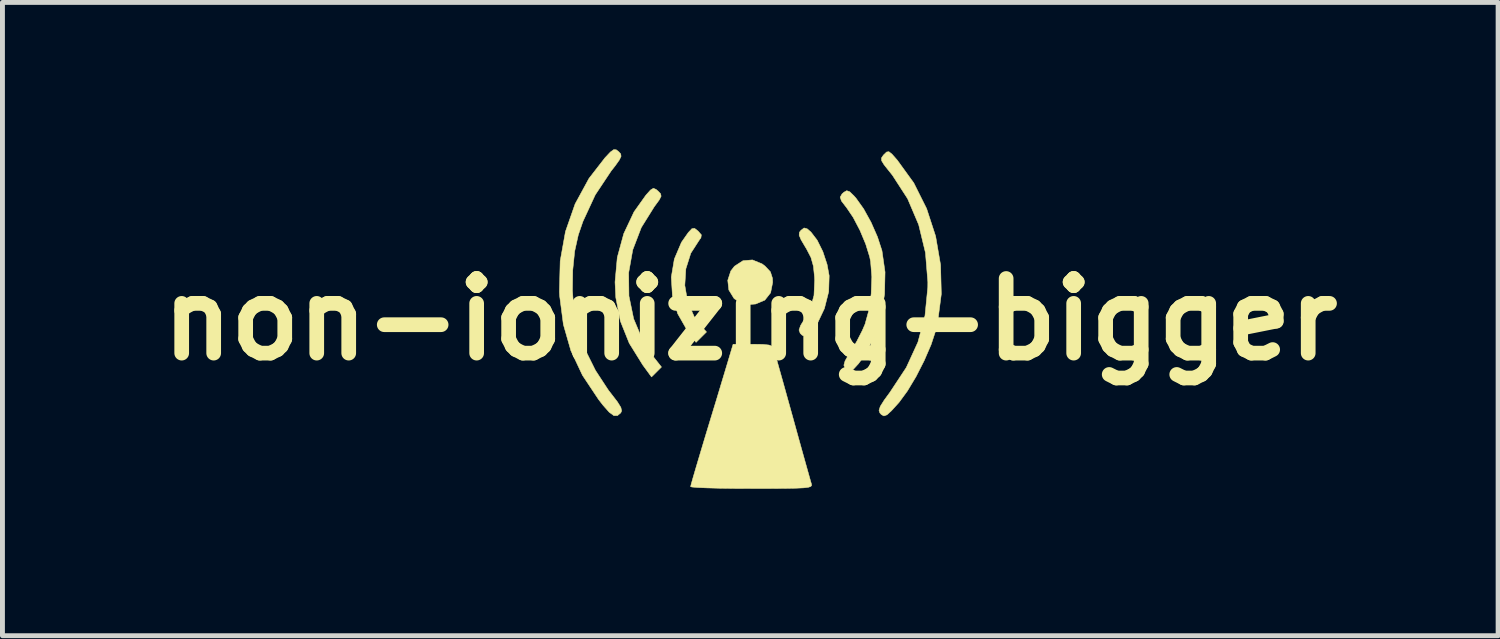
<source format=kicad_pcb>
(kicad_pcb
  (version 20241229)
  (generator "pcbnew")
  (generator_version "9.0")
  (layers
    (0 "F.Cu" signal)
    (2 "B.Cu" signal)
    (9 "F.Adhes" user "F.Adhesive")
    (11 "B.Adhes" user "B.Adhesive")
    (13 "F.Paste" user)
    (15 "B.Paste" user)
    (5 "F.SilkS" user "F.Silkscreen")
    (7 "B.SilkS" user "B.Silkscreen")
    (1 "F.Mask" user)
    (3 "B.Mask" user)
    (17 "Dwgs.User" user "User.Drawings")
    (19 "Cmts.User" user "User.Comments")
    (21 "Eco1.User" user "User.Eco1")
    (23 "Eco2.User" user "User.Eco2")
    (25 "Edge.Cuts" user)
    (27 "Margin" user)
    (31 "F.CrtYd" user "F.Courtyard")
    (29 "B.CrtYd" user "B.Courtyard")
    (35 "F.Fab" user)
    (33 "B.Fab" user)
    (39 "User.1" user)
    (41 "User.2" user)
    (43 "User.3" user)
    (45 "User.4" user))
  (footprint "non-ionizing-bigger"
    (layer "F.Cu")
    (at 12.272 3.472)
    (property "Reference" "non-ionizing-bigger" (at 0 0 0) (layer "F.SilkS") (effects (font (size 1.524 1.524) (thickness 0.3))))
    (attr through_hole)
    (fp_poly (pts (xy 0.24 -1.134) (xy 0.301 -1.088) (xy 0.411 -0.971) (xy 0.453 -0.84) (xy 0.457 -0.755) (xy 0.415 -0.543) (xy 0.297 -0.393) (xy 0.11 -0.314) (xy 0 -0.305) (xy -0.183 -0.331) (xy -0.323 -0.42) (xy -0.333 -0.429) (xy -0.438 -0.6) (xy -0.46 -0.797) (xy -0.398 -0.988) (xy -0.323 -1.085) (xy -0.149 -1.198) (xy 0.044 -1.214) (xy 0.24 -1.134)) (stroke (width 0.01) (type solid)) (fill yes) (layer "F.SilkS"))
    (fp_poly (pts (xy -1.065 -1.802) (xy -0.999 -1.726) (xy -1.009 -1.663) (xy -1.035 -1.63) (xy -1.215 -1.351) (xy -1.316 -1.032) (xy -1.337 -0.694) (xy -1.279 -0.359) (xy -1.143 -0.05) (xy -1 0.141) (xy -0.894 0.257) (xy -1.108 0.47) (xy -1.29 0.222) (xy -1.483 -0.117) (xy -1.59 -0.484) (xy -1.613 -0.863) (xy -1.551 -1.232) (xy -1.405 -1.575) (xy -1.267 -1.772) (xy -1.192 -1.852) (xy -1.138 -1.859) (xy -1.065 -1.802)) (stroke (width 0.01) (type solid)) (fill yes) (layer "F.SilkS"))
    (fp_poly (pts (xy -1.924 -2.654) (xy -1.885 -2.621) (xy -1.832 -2.566) (xy -1.821 -2.515) (xy -1.859 -2.44) (xy -1.951 -2.314) (xy -1.962 -2.299) (xy -2.226 -1.875) (xy -2.4 -1.421) (xy -2.484 -0.951) (xy -2.478 -0.477) (xy -2.382 -0.012) (xy -2.196 0.43) (xy -1.967 0.779) (xy -1.814 0.973) (xy -1.916 1.075) (xy -2.017 1.176) (xy -2.196 0.931) (xy -2.472 0.487) (xy -2.653 0.035) (xy -2.746 -0.443) (xy -2.762 -0.762) (xy -2.716 -1.265) (xy -2.584 -1.75) (xy -2.374 -2.196) (xy -2.132 -2.536) (xy -2.038 -2.641) (xy -1.979 -2.677) (xy -1.924 -2.654)) (stroke (width 0.01) (type solid)) (fill yes) (layer "F.SilkS"))
    (fp_poly (pts (xy 1.161 -1.85) (xy 1.239 -1.783) (xy 1.366 -1.617) (xy 1.481 -1.386) (xy 1.568 -1.123) (xy 1.611 -0.891) (xy 1.601 -0.565) (xy 1.514 -0.222) (xy 1.361 0.101) (xy 1.337 0.14) (xy 1.227 0.288) (xy 1.139 0.348) (xy 1.062 0.326) (xy 1.02 0.285) (xy 0.995 0.218) (xy 1.028 0.124) (xy 1.087 0.028) (xy 1.228 -0.226) (xy 1.301 -0.489) (xy 1.315 -0.797) (xy 1.312 -0.862) (xy 1.289 -1.087) (xy 1.239 -1.264) (xy 1.146 -1.443) (xy 1.126 -1.475) (xy 1.037 -1.626) (xy 0.998 -1.718) (xy 1.003 -1.778) (xy 1.037 -1.821) (xy 1.099 -1.867) (xy 1.161 -1.85)) (stroke (width 0.01) (type solid)) (fill yes) (layer "F.SilkS"))
    (fp_poly (pts (xy -2.735 -3.462) (xy -2.688 -3.425) (xy -2.646 -3.379) (xy -2.639 -3.329) (xy -2.675 -3.254) (xy -2.761 -3.133) (xy -2.842 -3.03) (xy -3.166 -2.543) (xy -3.418 -1.999) (xy -3.512 -1.725) (xy -3.586 -1.393) (xy -3.626 -1.001) (xy -3.632 -0.588) (xy -3.603 -0.191) (xy -3.539 0.152) (xy -3.384 0.595) (xy -3.162 1.042) (xy -2.897 1.447) (xy -2.839 1.521) (xy -2.711 1.688) (xy -2.643 1.798) (xy -2.627 1.869) (xy -2.645 1.909) (xy -2.713 1.966) (xy -2.787 1.965) (xy -2.88 1.897) (xy -3.005 1.756) (xy -3.097 1.638) (xy -3.427 1.142) (xy -3.664 0.638) (xy -3.817 0.105) (xy -3.893 -0.478) (xy -3.898 -0.564) (xy -3.882 -1.192) (xy -3.774 -1.794) (xy -3.577 -2.358) (xy -3.294 -2.878) (xy -2.967 -3.3) (xy -2.857 -3.417) (xy -2.788 -3.467) (xy -2.735 -3.462)) (stroke (width 0.01) (type solid)) (fill yes) (layer "F.SilkS"))
    (fp_poly (pts (xy 2.031 -2.606) (xy 2.12 -2.519) (xy 2.159 -2.475) (xy 2.314 -2.258) (xy 2.467 -1.981) (xy 2.598 -1.683) (xy 2.689 -1.403) (xy 2.69 -1.397) (xy 2.752 -0.966) (xy 2.742 -0.513) (xy 2.666 -0.062) (xy 2.529 0.362) (xy 2.336 0.734) (xy 2.208 0.907) (xy 2.102 1.022) (xy 2.029 1.06) (xy 1.965 1.029) (xy 1.934 0.994) (xy 1.911 0.936) (xy 1.935 0.85) (xy 2.012 0.714) (xy 2.056 0.647) (xy 2.176 0.446) (xy 2.289 0.225) (xy 2.344 0.097) (xy 2.422 -0.186) (xy 2.469 -0.522) (xy 2.482 -0.868) (xy 2.457 -1.181) (xy 2.438 -1.276) (xy 2.357 -1.538) (xy 2.239 -1.82) (xy 2.101 -2.083) (xy 1.963 -2.287) (xy 1.956 -2.295) (xy 1.862 -2.417) (xy 1.836 -2.496) (xy 1.873 -2.561) (xy 1.912 -2.596) (xy 1.97 -2.628) (xy 2.031 -2.606)) (stroke (width 0.01) (type solid)) (fill yes) (layer "F.SilkS"))
    (fp_poly (pts (xy 2.896 -3.372) (xy 3 -3.254) (xy 3.339 -2.786) (xy 3.601 -2.262) (xy 3.785 -1.698) (xy 3.886 -1.111) (xy 3.901 -0.517) (xy 3.825 0.068) (xy 3.787 0.229) (xy 3.692 0.517) (xy 3.552 0.841) (xy 3.386 1.167) (xy 3.209 1.462) (xy 3.038 1.695) (xy 3.021 1.714) (xy 2.883 1.866) (xy 2.792 1.949) (xy 2.729 1.972) (xy 2.676 1.944) (xy 2.646 1.91) (xy 2.629 1.858) (xy 2.655 1.777) (xy 2.734 1.651) (xy 2.851 1.491) (xy 3.186 0.983) (xy 3.424 0.464) (xy 3.568 -0.078) (xy 3.625 -0.656) (xy 3.626 -0.762) (xy 3.577 -1.362) (xy 3.439 -1.933) (xy 3.213 -2.464) (xy 2.903 -2.943) (xy 2.843 -3.018) (xy 2.734 -3.155) (xy 2.682 -3.239) (xy 2.679 -3.296) (xy 2.717 -3.352) (xy 2.729 -3.365) (xy 2.784 -3.418) (xy 2.831 -3.424) (xy 2.896 -3.372)) (stroke (width 0.01) (type solid)) (fill yes) (layer "F.SilkS"))
    (fp_poly (pts (xy 0.256 0.511) (xy 0.381 0.524) (xy 0.448 0.551) (xy 0.477 0.597) (xy 0.477 0.597) (xy 0.497 0.668) (xy 0.54 0.824) (xy 0.603 1.049) (xy 0.682 1.33) (xy 0.772 1.654) (xy 0.863 1.981) (xy 0.96 2.332) (xy 1.049 2.653) (xy 1.127 2.931) (xy 1.189 3.152) (xy 1.231 3.302) (xy 1.25 3.365) (xy 1.252 3.393) (xy 1.233 3.414) (xy 1.182 3.43) (xy 1.086 3.441) (xy 0.934 3.448) (xy 0.715 3.452) (xy 0.417 3.454) (xy 0.029 3.454) (xy 0.029 3.454) (xy -0.315 3.453) (xy -0.623 3.449) (xy -0.88 3.442) (xy -1.074 3.434) (xy -1.191 3.424) (xy -1.219 3.416) (xy -1.205 3.359) (xy -1.165 3.218) (xy -1.104 3.01) (xy -1.026 2.748) (xy -0.936 2.447) (xy -0.895 2.311) (xy -0.792 1.972) (xy -0.691 1.641) (xy -0.6 1.338) (xy -0.524 1.086) (xy -0.47 0.906) (xy -0.461 0.876) (xy -0.351 0.508) (xy 0.05 0.508) (xy 0.256 0.511)) (stroke (width 0.01) (type solid)) (fill yes) (layer "F.SilkS")))
  (gr_rect
    (start -3 -3)
    (end 27.544 9.932)
    (stroke (width 0.1) (type default))
    (fill no)
    (layer "Edge.Cuts")))
</source>
